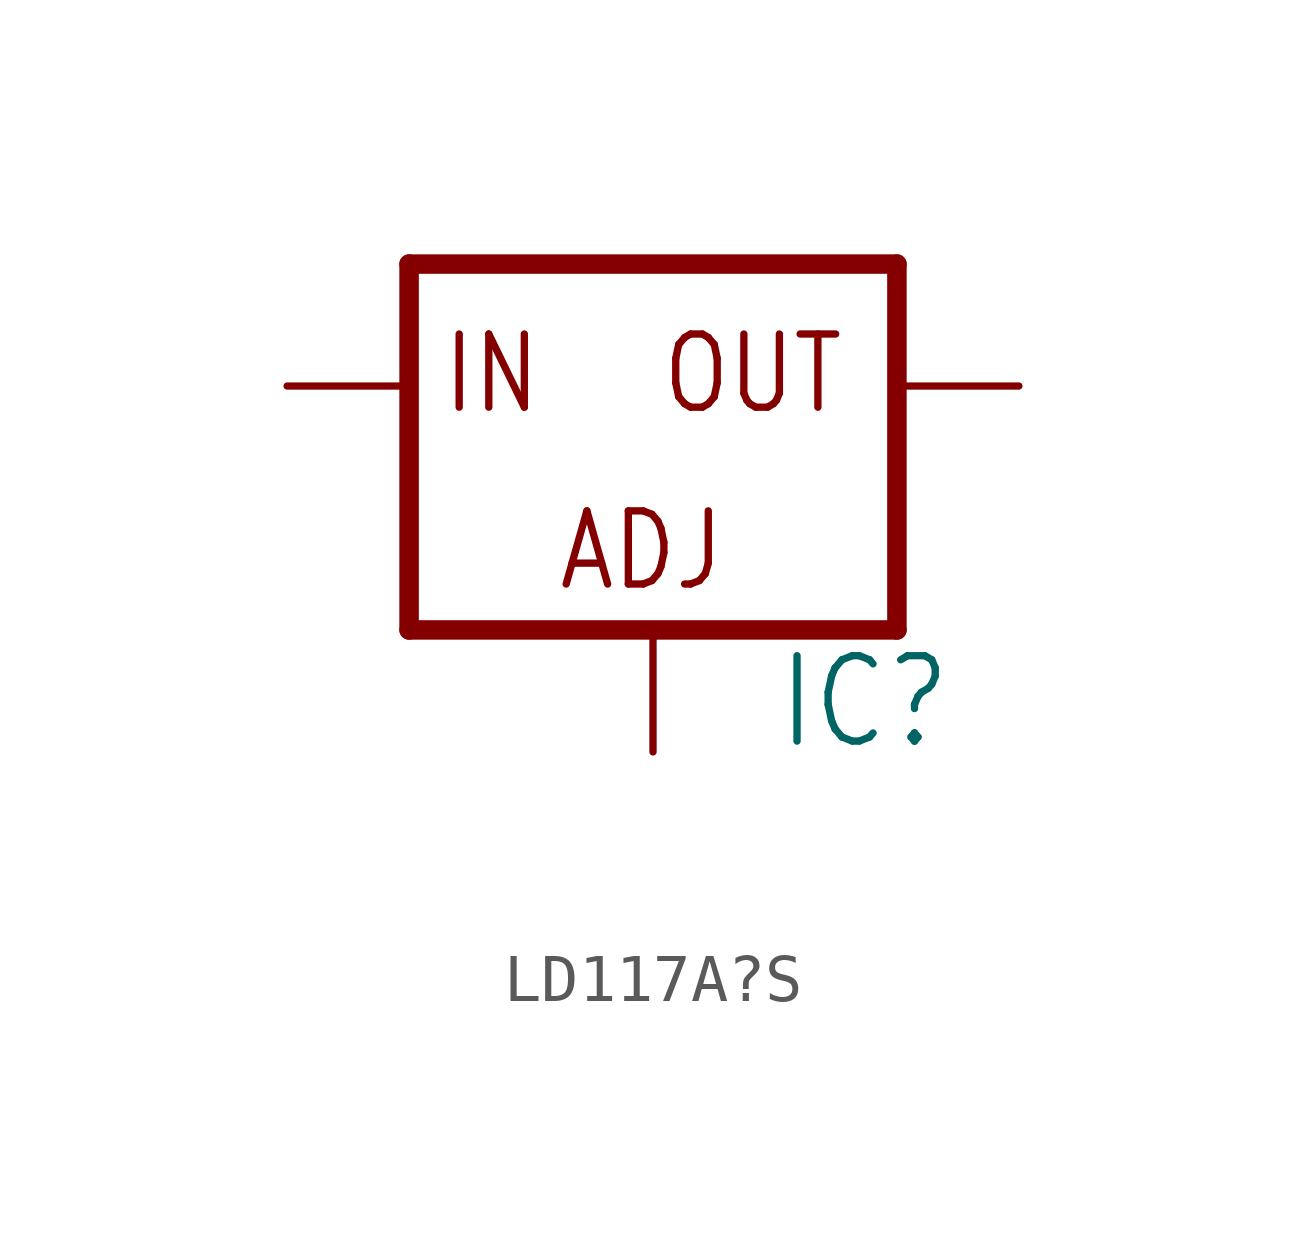
<source format=kicad_sym>
(kicad_symbol_lib
  (version 20220914)
  (generator kicad_symbol_editor)
  (symbol "LD117A?S"
    (property "Reference" "IC"
      (at 2.54 -7.62 0)
      (effects (font (size 1.778 1.511)) (justify left bottom)))
    (property "Value" ""
      (at 2.54 -10.16 0)
      (effects (font (size 1.778 1.511)) (justify left bottom)))
    (property "ki_locked" ""
      (at 0 0 0)
      (effects (font (size 1.27 1.27))))
    (symbol "LD117A?S_1_0"
      (polyline (pts (xy -5.08 -5.08) (xy 5.08 -5.08)) (stroke (width 0.406) (type solid)) (fill (type none)))
      (polyline (pts (xy -5.08 2.54) (xy -5.08 -5.08)) (stroke (width 0.406) (type solid)) (fill (type none)))
      (polyline (pts (xy 5.08 -5.08) (xy 5.08 2.54)) (stroke (width 0.406) (type solid)) (fill (type none)))
      (polyline (pts (xy 5.08 2.54) (xy -5.08 2.54)) (stroke (width 0.406) (type solid)) (fill (type none)))
      (text "ADJ" (at -2.032 -4.318 0) (effects (font (size 1.524 1.295)) (justify left bottom)))
      (text "IN" (at -4.445 -0.635 0) (effects (font (size 1.524 1.295)) (justify left bottom)))
      (text "OUT" (at 0.127 -0.635 0) (effects (font (size 1.524 1.295)) (justify left bottom)))
      (pin input line (at 0 -7.62 90) (length 2.54) (name "ADJ" (effects (font (size 0 0)))) (number "1" (effects (font (size 0 0)))))
      (pin input line (at -7.62 0 0) (length 2.54) (name "IN" (effects (font (size 0 0)))) (number "3" (effects (font (size 0 0)))))
      (pin passive line (at 7.62 0 180) (length 2.54) (name "OUT" (effects (font (size 0 0)))) (number "4" (effects (font (size 0 0))))))))
</source>
